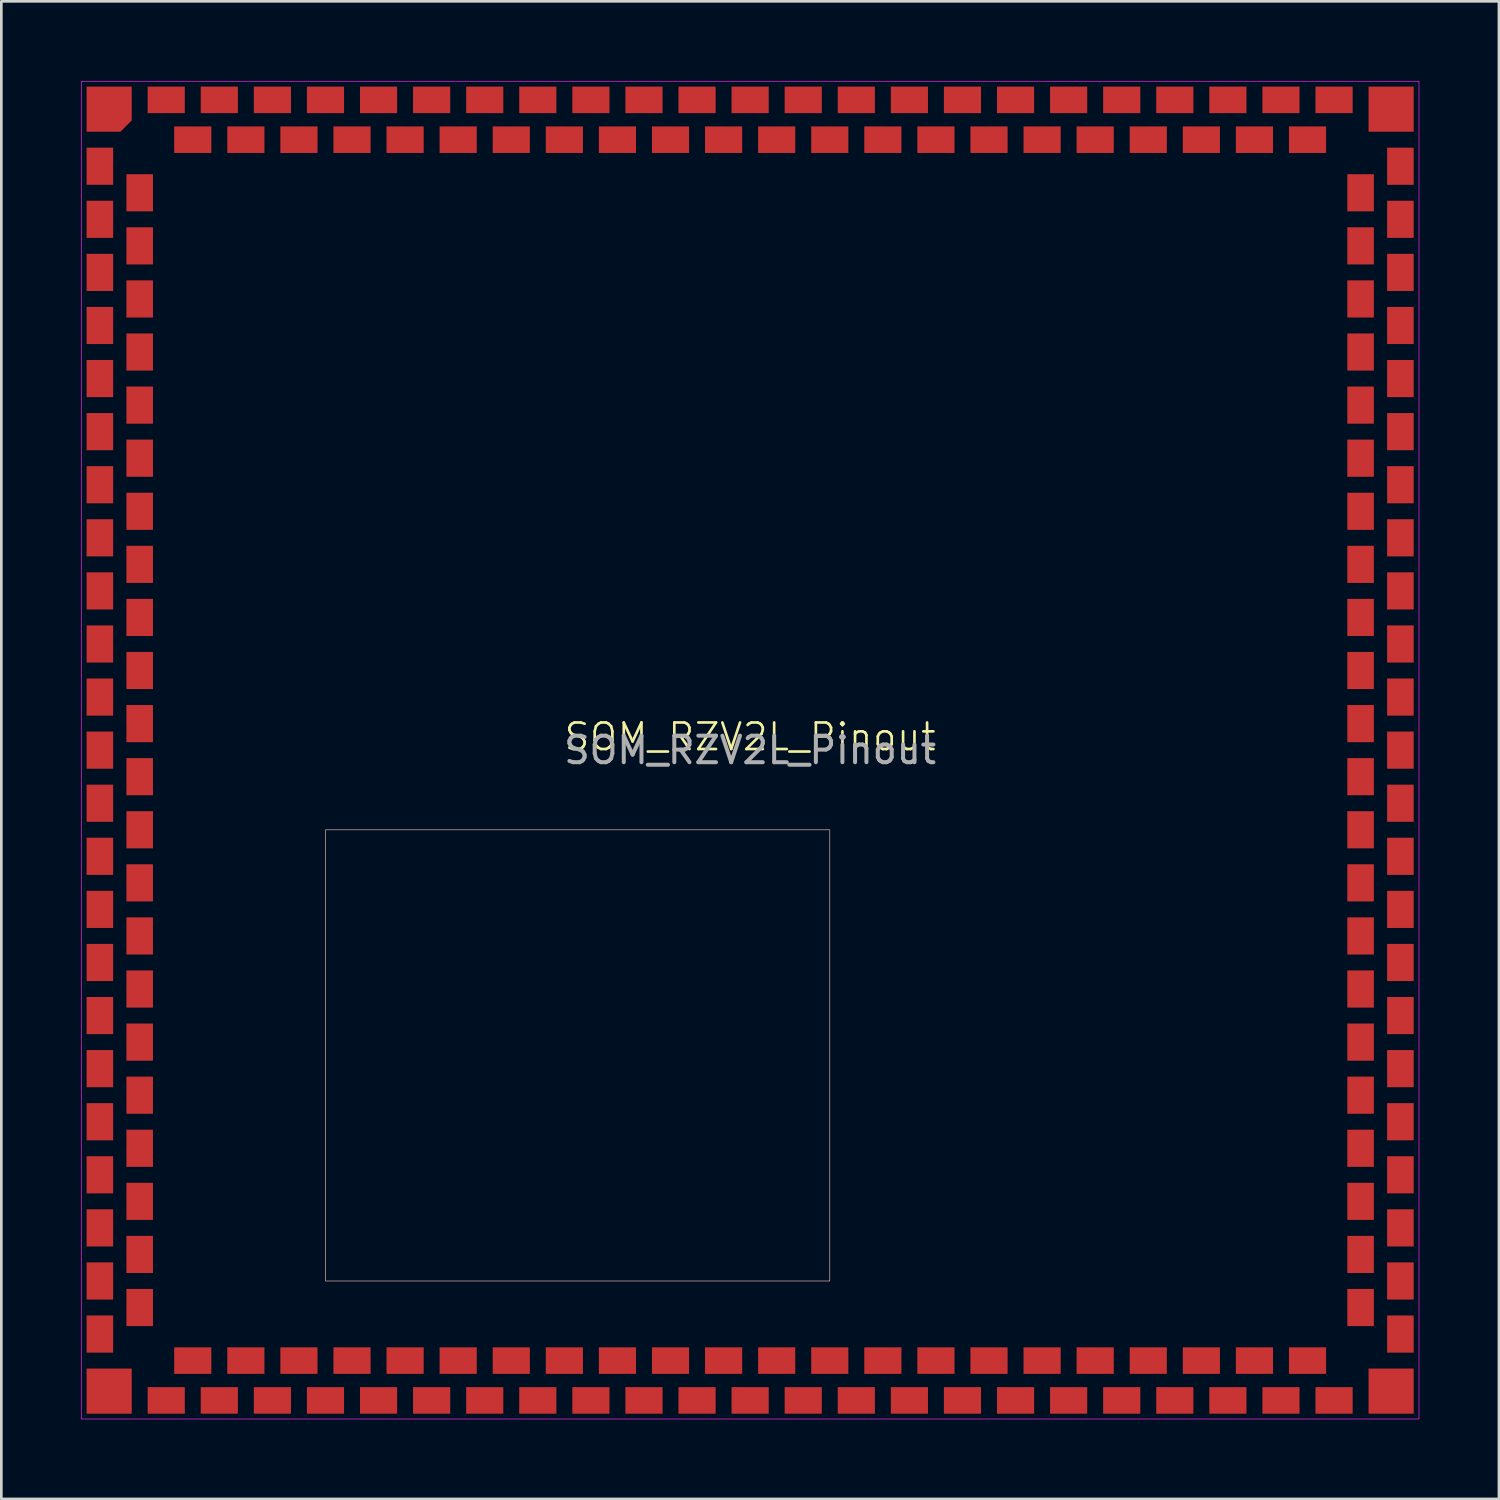
<source format=kicad_pcb>
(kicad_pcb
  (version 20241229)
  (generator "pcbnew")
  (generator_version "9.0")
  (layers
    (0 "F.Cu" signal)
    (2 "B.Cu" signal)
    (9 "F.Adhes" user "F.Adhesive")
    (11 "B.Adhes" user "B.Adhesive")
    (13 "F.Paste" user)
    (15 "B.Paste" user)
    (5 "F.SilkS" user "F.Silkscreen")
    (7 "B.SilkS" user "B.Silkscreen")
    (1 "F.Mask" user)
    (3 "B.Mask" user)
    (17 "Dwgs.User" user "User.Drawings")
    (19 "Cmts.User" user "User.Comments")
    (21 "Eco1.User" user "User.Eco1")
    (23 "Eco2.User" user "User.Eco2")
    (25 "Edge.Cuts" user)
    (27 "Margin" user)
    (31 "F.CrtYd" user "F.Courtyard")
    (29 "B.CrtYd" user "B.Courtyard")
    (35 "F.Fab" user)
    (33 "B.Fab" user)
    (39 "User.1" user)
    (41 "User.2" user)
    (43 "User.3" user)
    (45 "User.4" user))
  (footprint "SOM_RZV2L_Pinout"
    (layer "F.Cu")
    (at 25.213 25.213)
    (property "Reference" "SOM_RZV2L_Pinout" (at 0 -0.5 0) (unlocked yes) (layer "F.SilkS") (effects (font (size 1 1) (thickness 0.1))))
    (attr smd)
    (fp_rect (start -16 3) (end 3 20) (stroke (width 0.025) (type default)) (fill no) (layer "B.SilkS"))
    (fp_rect (start -25.2 -25.2) (end 25.2 25.2) (stroke (width 0.025) (type default)) (fill no) (layer "F.CrtYd"))
    (fp_text user "${REFERENCE}" (at 0 0 0) (unlocked yes) (layer "F.Fab") (effects (font (size 1 1) (thickness 0.15))))
    (pad "1" smd roundrect (at -24.15 -24.15) (size 1.7 1.7) (layers "F.Cu" "F.Mask" "F.Paste") (roundrect_rratio 0) (chamfer_ratio 0.25) (chamfer bottom_right))
    (pad "2" smd rect (at -24.5 -22) (size 1 1.4) (layers "F.Cu" "F.Mask" "F.Paste"))
    (pad "3" smd rect (at -24.5 -20) (size 1 1.4) (layers "F.Cu" "F.Mask" "F.Paste"))
    (pad "4" smd rect (at -24.5 -18) (size 1 1.4) (layers "F.Cu" "F.Mask" "F.Paste"))
    (pad "5" smd rect (at -24.5 -16) (size 1 1.4) (layers "F.Cu" "F.Mask" "F.Paste"))
    (pad "6" smd rect (at -24.5 -14) (size 1 1.4) (layers "F.Cu" "F.Mask" "F.Paste"))
    (pad "7" smd rect (at -24.5 -12) (size 1 1.4) (layers "F.Cu" "F.Mask" "F.Paste"))
    (pad "8" smd rect (at -24.5 -10) (size 1 1.4) (layers "F.Cu" "F.Mask" "F.Paste"))
    (pad "9" smd rect (at -24.5 -8) (size 1 1.4) (layers "F.Cu" "F.Mask" "F.Paste"))
    (pad "10" smd rect (at -24.5 -6) (size 1 1.4) (layers "F.Cu" "F.Mask" "F.Paste"))
    (pad "11" smd rect (at -24.5 -4) (size 1 1.4) (layers "F.Cu" "F.Mask" "F.Paste"))
    (pad "12" smd rect (at -24.5 -2) (size 1 1.4) (layers "F.Cu" "F.Mask" "F.Paste"))
    (pad "13" smd rect (at -24.5 0) (size 1 1.4) (layers "F.Cu" "F.Mask" "F.Paste"))
    (pad "14" smd rect (at -24.5 2) (size 1 1.4) (layers "F.Cu" "F.Mask" "F.Paste"))
    (pad "15" smd rect (at -24.5 4) (size 1 1.4) (layers "F.Cu" "F.Mask" "F.Paste"))
    (pad "16" smd rect (at -24.5 6) (size 1 1.4) (layers "F.Cu" "F.Mask" "F.Paste"))
    (pad "17" smd rect (at -24.5 8) (size 1 1.4) (layers "F.Cu" "F.Mask" "F.Paste"))
    (pad "18" smd rect (at -24.5 10) (size 1 1.4) (layers "F.Cu" "F.Mask" "F.Paste"))
    (pad "19" smd rect (at -24.5 12) (size 1 1.4) (layers "F.Cu" "F.Mask" "F.Paste"))
    (pad "20" smd rect (at -24.5 14) (size 1 1.4) (layers "F.Cu" "F.Mask" "F.Paste"))
    (pad "21" smd rect (at -24.5 16) (size 1 1.4) (layers "F.Cu" "F.Mask" "F.Paste"))
    (pad "22" smd rect (at -24.5 18) (size 1 1.4) (layers "F.Cu" "F.Mask" "F.Paste"))
    (pad "23" smd rect (at -24.5 20) (size 1 1.4) (layers "F.Cu" "F.Mask" "F.Paste"))
    (pad "24" smd rect (at -24.5 22) (size 1 1.4) (layers "F.Cu" "F.Mask" "F.Paste"))
    (pad "25" smd rect (at -24.15 24.15) (size 1.7 1.7) (layers "F.Cu" "F.Mask" "F.Paste"))
    (pad "26" smd rect (at -22 24.5) (size 1.4 1) (layers "F.Cu" "F.Mask" "F.Paste"))
    (pad "27" smd rect (at -20 24.5) (size 1.4 1) (layers "F.Cu" "F.Mask" "F.Paste"))
    (pad "28" smd rect (at -18 24.5) (size 1.4 1) (layers "F.Cu" "F.Mask" "F.Paste"))
    (pad "29" smd rect (at -16 24.5) (size 1.4 1) (layers "F.Cu" "F.Mask" "F.Paste"))
    (pad "30" smd rect (at -14 24.5) (size 1.4 1) (layers "F.Cu" "F.Mask" "F.Paste"))
    (pad "31" smd rect (at -12 24.5) (size 1.4 1) (layers "F.Cu" "F.Mask" "F.Paste"))
    (pad "32" smd rect (at -10 24.5) (size 1.4 1) (layers "F.Cu" "F.Mask" "F.Paste"))
    (pad "33" smd rect (at -8 24.5) (size 1.4 1) (layers "F.Cu" "F.Mask" "F.Paste"))
    (pad "34" smd rect (at -6 24.5) (size 1.4 1) (layers "F.Cu" "F.Mask" "F.Paste"))
    (pad "35" smd rect (at -4 24.5) (size 1.4 1) (layers "F.Cu" "F.Mask" "F.Paste"))
    (pad "36" smd rect (at -2 24.5) (size 1.4 1) (layers "F.Cu" "F.Mask" "F.Paste"))
    (pad "37" smd rect (at 0 24.5) (size 1.4 1) (layers "F.Cu" "F.Mask" "F.Paste"))
    (pad "38" smd rect (at 2 24.5) (size 1.4 1) (layers "F.Cu" "F.Mask" "F.Paste"))
    (pad "39" smd rect (at 4 24.5) (size 1.4 1) (layers "F.Cu" "F.Mask" "F.Paste"))
    (pad "40" smd rect (at 6 24.5) (size 1.4 1) (layers "F.Cu" "F.Mask" "F.Paste"))
    (pad "41" smd rect (at 8 24.5) (size 1.4 1) (layers "F.Cu" "F.Mask" "F.Paste"))
    (pad "42" smd rect (at 10 24.5) (size 1.4 1) (layers "F.Cu" "F.Mask" "F.Paste"))
    (pad "43" smd rect (at 12 24.5) (size 1.4 1) (layers "F.Cu" "F.Mask" "F.Paste"))
    (pad "44" smd rect (at 14 24.5) (size 1.4 1) (layers "F.Cu" "F.Mask" "F.Paste"))
    (pad "45" smd rect (at 16 24.5) (size 1.4 1) (layers "F.Cu" "F.Mask" "F.Paste"))
    (pad "46" smd rect (at 18 24.5) (size 1.4 1) (layers "F.Cu" "F.Mask" "F.Paste"))
    (pad "47" smd rect (at 20 24.5) (size 1.4 1) (layers "F.Cu" "F.Mask" "F.Paste"))
    (pad "48" smd rect (at 22 24.5) (size 1.4 1) (layers "F.Cu" "F.Mask" "F.Paste"))
    (pad "49" smd rect (at 24.15 24.15) (size 1.7 1.7) (layers "F.Cu" "F.Mask" "F.Paste"))
    (pad "50" smd rect (at 24.5 22) (size 1 1.4) (layers "F.Cu" "F.Mask" "F.Paste"))
    (pad "51" smd rect (at 24.5 20) (size 1 1.4) (layers "F.Cu" "F.Mask" "F.Paste"))
    (pad "52" smd rect (at 24.5 18) (size 1 1.4) (layers "F.Cu" "F.Mask" "F.Paste"))
    (pad "53" smd rect (at 24.5 16) (size 1 1.4) (layers "F.Cu" "F.Mask" "F.Paste"))
    (pad "54" smd rect (at 24.5 14) (size 1 1.4) (layers "F.Cu" "F.Mask" "F.Paste"))
    (pad "55" smd rect (at 24.5 12) (size 1 1.4) (layers "F.Cu" "F.Mask" "F.Paste"))
    (pad "56" smd rect (at 24.5 10) (size 1 1.4) (layers "F.Cu" "F.Mask" "F.Paste"))
    (pad "57" smd rect (at 24.5 8) (size 1 1.4) (layers "F.Cu" "F.Mask" "F.Paste"))
    (pad "58" smd rect (at 24.5 6) (size 1 1.4) (layers "F.Cu" "F.Mask" "F.Paste"))
    (pad "59" smd rect (at 24.5 4) (size 1 1.4) (layers "F.Cu" "F.Mask" "F.Paste"))
    (pad "60" smd rect (at 24.5 2) (size 1 1.4) (layers "F.Cu" "F.Mask" "F.Paste"))
    (pad "61" smd rect (at 24.5 0) (size 1 1.4) (layers "F.Cu" "F.Mask" "F.Paste"))
    (pad "62" smd rect (at 24.5 -2) (size 1 1.4) (layers "F.Cu" "F.Mask" "F.Paste"))
    (pad "63" smd rect (at 24.5 -4) (size 1 1.4) (layers "F.Cu" "F.Mask" "F.Paste"))
    (pad "64" smd rect (at 24.5 -6) (size 1 1.4) (layers "F.Cu" "F.Mask" "F.Paste"))
    (pad "65" smd rect (at 24.5 -8) (size 1 1.4) (layers "F.Cu" "F.Mask" "F.Paste"))
    (pad "66" smd rect (at 24.5 -10) (size 1 1.4) (layers "F.Cu" "F.Mask" "F.Paste"))
    (pad "67" smd rect (at 24.5 -12) (size 1 1.4) (layers "F.Cu" "F.Mask" "F.Paste"))
    (pad "68" smd rect (at 24.5 -14) (size 1 1.4) (layers "F.Cu" "F.Mask" "F.Paste"))
    (pad "69" smd rect (at 24.5 -16) (size 1 1.4) (layers "F.Cu" "F.Mask" "F.Paste"))
    (pad "70" smd rect (at 24.5 -18) (size 1 1.4) (layers "F.Cu" "F.Mask" "F.Paste"))
    (pad "71" smd rect (at 24.5 -20) (size 1 1.4) (layers "F.Cu" "F.Mask" "F.Paste"))
    (pad "72" smd rect (at 24.5 -22) (size 1 1.4) (layers "F.Cu" "F.Mask" "F.Paste"))
    (pad "73" smd rect (at 24.15 -24.15) (size 1.7 1.7) (layers "F.Cu" "F.Mask" "F.Paste"))
    (pad "74" smd rect (at 22 -24.5) (size 1.4 1) (layers "F.Cu" "F.Mask" "F.Paste"))
    (pad "75" smd rect (at 20 -24.5) (size 1.4 1) (layers "F.Cu" "F.Mask" "F.Paste"))
    (pad "76" smd rect (at 18 -24.5) (size 1.4 1) (layers "F.Cu" "F.Mask" "F.Paste"))
    (pad "77" smd rect (at 16 -24.5) (size 1.4 1) (layers "F.Cu" "F.Mask" "F.Paste"))
    (pad "78" smd rect (at 14 -24.5) (size 1.4 1) (layers "F.Cu" "F.Mask" "F.Paste"))
    (pad "79" smd rect (at 12 -24.5) (size 1.4 1) (layers "F.Cu" "F.Mask" "F.Paste"))
    (pad "80" smd rect (at 10 -24.5) (size 1.4 1) (layers "F.Cu" "F.Mask" "F.Paste"))
    (pad "81" smd rect (at 8 -24.5) (size 1.4 1) (layers "F.Cu" "F.Mask" "F.Paste"))
    (pad "82" smd rect (at 6 -24.5) (size 1.4 1) (layers "F.Cu" "F.Mask" "F.Paste"))
    (pad "83" smd rect (at 4 -24.5) (size 1.4 1) (layers "F.Cu" "F.Mask" "F.Paste"))
    (pad "84" smd rect (at 2 -24.5) (size 1.4 1) (layers "F.Cu" "F.Mask" "F.Paste"))
    (pad "85" smd rect (at 0 -24.5) (size 1.4 1) (layers "F.Cu" "F.Mask" "F.Paste"))
    (pad "86" smd rect (at -2 -24.5) (size 1.4 1) (layers "F.Cu" "F.Mask" "F.Paste"))
    (pad "87" smd rect (at -4 -24.5) (size 1.4 1) (layers "F.Cu" "F.Mask" "F.Paste"))
    (pad "88" smd rect (at -6 -24.5) (size 1.4 1) (layers "F.Cu" "F.Mask" "F.Paste"))
    (pad "89" smd rect (at -8 -24.5) (size 1.4 1) (layers "F.Cu" "F.Mask" "F.Paste"))
    (pad "90" smd rect (at -10 -24.5) (size 1.4 1) (layers "F.Cu" "F.Mask" "F.Paste"))
    (pad "91" smd rect (at -12 -24.5) (size 1.4 1) (layers "F.Cu" "F.Mask" "F.Paste"))
    (pad "92" smd rect (at -14 -24.5) (size 1.4 1) (layers "F.Cu" "F.Mask" "F.Paste"))
    (pad "93" smd rect (at -16 -24.5) (size 1.4 1) (layers "F.Cu" "F.Mask" "F.Paste"))
    (pad "94" smd rect (at -18 -24.5) (size 1.4 1) (layers "F.Cu" "F.Mask" "F.Paste"))
    (pad "95" smd rect (at -20 -24.5) (size 1.4 1) (layers "F.Cu" "F.Mask" "F.Paste"))
    (pad "96" smd rect (at -22 -24.5) (size 1.4 1) (layers "F.Cu" "F.Mask" "F.Paste"))
    (pad "97" smd rect (at -23 -21) (size 1 1.4) (layers "F.Cu" "F.Mask" "F.Paste"))
    (pad "98" smd rect (at -23 -19) (size 1 1.4) (layers "F.Cu" "F.Mask" "F.Paste"))
    (pad "99" smd rect (at -23 -17) (size 1 1.4) (layers "F.Cu" "F.Mask" "F.Paste"))
    (pad "100" smd rect (at -23 -15) (size 1 1.4) (layers "F.Cu" "F.Mask" "F.Paste"))
    (pad "101" smd rect (at -23 -13) (size 1 1.4) (layers "F.Cu" "F.Mask" "F.Paste"))
    (pad "102" smd rect (at -23 -11) (size 1 1.4) (layers "F.Cu" "F.Mask" "F.Paste"))
    (pad "103" smd rect (at -23 -9) (size 1 1.4) (layers "F.Cu" "F.Mask" "F.Paste"))
    (pad "104" smd rect (at -23 -7) (size 1 1.4) (layers "F.Cu" "F.Mask" "F.Paste"))
    (pad "105" smd rect (at -23 -5) (size 1 1.4) (layers "F.Cu" "F.Mask" "F.Paste"))
    (pad "106" smd rect (at -23 -3) (size 1 1.4) (layers "F.Cu" "F.Mask" "F.Paste"))
    (pad "107" smd rect (at -23 -1) (size 1 1.4) (layers "F.Cu" "F.Mask" "F.Paste"))
    (pad "108" smd rect (at -23 1) (size 1 1.4) (layers "F.Cu" "F.Mask" "F.Paste"))
    (pad "109" smd rect (at -23 3) (size 1 1.4) (layers "F.Cu" "F.Mask" "F.Paste"))
    (pad "110" smd rect (at -23 5) (size 1 1.4) (layers "F.Cu" "F.Mask" "F.Paste"))
    (pad "111" smd rect (at -23 7) (size 1 1.4) (layers "F.Cu" "F.Mask" "F.Paste"))
    (pad "112" smd rect (at -23 9) (size 1 1.4) (layers "F.Cu" "F.Mask" "F.Paste"))
    (pad "113" smd rect (at -23 11) (size 1 1.4) (layers "F.Cu" "F.Mask" "F.Paste"))
    (pad "114" smd rect (at -23 13) (size 1 1.4) (layers "F.Cu" "F.Mask" "F.Paste"))
    (pad "115" smd rect (at -23 15) (size 1 1.4) (layers "F.Cu" "F.Mask" "F.Paste"))
    (pad "116" smd rect (at -23 17) (size 1 1.4) (layers "F.Cu" "F.Mask" "F.Paste"))
    (pad "117" smd rect (at -23 19) (size 1 1.4) (layers "F.Cu" "F.Mask" "F.Paste"))
    (pad "118" smd rect (at -23 21) (size 1 1.4) (layers "F.Cu" "F.Mask" "F.Paste"))
    (pad "119" smd rect (at -21 23) (size 1.4 1) (layers "F.Cu" "F.Mask" "F.Paste"))
    (pad "120" smd rect (at -19 23) (size 1.4 1) (layers "F.Cu" "F.Mask" "F.Paste"))
    (pad "121" smd rect (at -17 23) (size 1.4 1) (layers "F.Cu" "F.Mask" "F.Paste"))
    (pad "122" smd rect (at -15 23) (size 1.4 1) (layers "F.Cu" "F.Mask" "F.Paste"))
    (pad "123" smd rect (at -13 23) (size 1.4 1) (layers "F.Cu" "F.Mask" "F.Paste"))
    (pad "124" smd rect (at -11 23) (size 1.4 1) (layers "F.Cu" "F.Mask" "F.Paste"))
    (pad "125" smd rect (at -9 23) (size 1.4 1) (layers "F.Cu" "F.Mask" "F.Paste"))
    (pad "126" smd rect (at -7 23) (size 1.4 1) (layers "F.Cu" "F.Mask" "F.Paste"))
    (pad "127" smd rect (at -5 23) (size 1.4 1) (layers "F.Cu" "F.Mask" "F.Paste"))
    (pad "128" smd rect (at -3 23) (size 1.4 1) (layers "F.Cu" "F.Mask" "F.Paste"))
    (pad "129" smd rect (at -1 23) (size 1.4 1) (layers "F.Cu" "F.Mask" "F.Paste"))
    (pad "130" smd rect (at 1 23) (size 1.4 1) (layers "F.Cu" "F.Mask" "F.Paste"))
    (pad "131" smd rect (at 3 23) (size 1.4 1) (layers "F.Cu" "F.Mask" "F.Paste"))
    (pad "132" smd rect (at 5 23) (size 1.4 1) (layers "F.Cu" "F.Mask" "F.Paste"))
    (pad "133" smd rect (at 7 23) (size 1.4 1) (layers "F.Cu" "F.Mask" "F.Paste"))
    (pad "134" smd rect (at 9 23) (size 1.4 1) (layers "F.Cu" "F.Mask" "F.Paste"))
    (pad "135" smd rect (at 11 23) (size 1.4 1) (layers "F.Cu" "F.Mask" "F.Paste"))
    (pad "136" smd rect (at 13 23) (size 1.4 1) (layers "F.Cu" "F.Mask" "F.Paste"))
    (pad "137" smd rect (at 15 23) (size 1.4 1) (layers "F.Cu" "F.Mask" "F.Paste"))
    (pad "138" smd rect (at 17 23) (size 1.4 1) (layers "F.Cu" "F.Mask" "F.Paste"))
    (pad "139" smd rect (at 19 23) (size 1.4 1) (layers "F.Cu" "F.Mask" "F.Paste"))
    (pad "140" smd rect (at 21 23) (size 1.4 1) (layers "F.Cu" "F.Mask" "F.Paste"))
    (pad "141" smd rect (at 23 21) (size 1 1.4) (layers "F.Cu" "F.Mask" "F.Paste"))
    (pad "142" smd rect (at 23 19) (size 1 1.4) (layers "F.Cu" "F.Mask" "F.Paste"))
    (pad "143" smd rect (at 23 17) (size 1 1.4) (layers "F.Cu" "F.Mask" "F.Paste"))
    (pad "144" smd rect (at 23 15) (size 1 1.4) (layers "F.Cu" "F.Mask" "F.Paste"))
    (pad "145" smd rect (at 23 13) (size 1 1.4) (layers "F.Cu" "F.Mask" "F.Paste"))
    (pad "146" smd rect (at 23 11) (size 1 1.4) (layers "F.Cu" "F.Mask" "F.Paste"))
    (pad "147" smd rect (at 23 9) (size 1 1.4) (layers "F.Cu" "F.Mask" "F.Paste"))
    (pad "148" smd rect (at 23 7) (size 1 1.4) (layers "F.Cu" "F.Mask" "F.Paste"))
    (pad "149" smd rect (at 23 5) (size 1 1.4) (layers "F.Cu" "F.Mask" "F.Paste"))
    (pad "150" smd rect (at 23 3) (size 1 1.4) (layers "F.Cu" "F.Mask" "F.Paste"))
    (pad "151" smd rect (at 23 1) (size 1 1.4) (layers "F.Cu" "F.Mask" "F.Paste"))
    (pad "152" smd rect (at 23 -1) (size 1 1.4) (layers "F.Cu" "F.Mask" "F.Paste"))
    (pad "153" smd rect (at 23 -3) (size 1 1.4) (layers "F.Cu" "F.Mask" "F.Paste"))
    (pad "154" smd rect (at 23 -5) (size 1 1.4) (layers "F.Cu" "F.Mask" "F.Paste"))
    (pad "155" smd rect (at 23 -7) (size 1 1.4) (layers "F.Cu" "F.Mask" "F.Paste"))
    (pad "156" smd rect (at 23 -9) (size 1 1.4) (layers "F.Cu" "F.Mask" "F.Paste"))
    (pad "157" smd rect (at 23 -11) (size 1 1.4) (layers "F.Cu" "F.Mask" "F.Paste"))
    (pad "158" smd rect (at 23 -13) (size 1 1.4) (layers "F.Cu" "F.Mask" "F.Paste"))
    (pad "159" smd rect (at 23 -15) (size 1 1.4) (layers "F.Cu" "F.Mask" "F.Paste"))
    (pad "160" smd rect (at 23 -17) (size 1 1.4) (layers "F.Cu" "F.Mask" "F.Paste"))
    (pad "161" smd rect (at 23 -19) (size 1 1.4) (layers "F.Cu" "F.Mask" "F.Paste"))
    (pad "162" smd rect (at 23 -21) (size 1 1.4) (layers "F.Cu" "F.Mask" "F.Paste"))
    (pad "163" smd rect (at 21 -23) (size 1.4 1) (layers "F.Cu" "F.Mask" "F.Paste"))
    (pad "164" smd rect (at 19 -23) (size 1.4 1) (layers "F.Cu" "F.Mask" "F.Paste"))
    (pad "165" smd rect (at 17 -23) (size 1.4 1) (layers "F.Cu" "F.Mask" "F.Paste"))
    (pad "166" smd rect (at 15 -23) (size 1.4 1) (layers "F.Cu" "F.Mask" "F.Paste"))
    (pad "167" smd rect (at 13 -23) (size 1.4 1) (layers "F.Cu" "F.Mask" "F.Paste"))
    (pad "168" smd rect (at 11 -23) (size 1.4 1) (layers "F.Cu" "F.Mask" "F.Paste"))
    (pad "169" smd rect (at 9 -23) (size 1.4 1) (layers "F.Cu" "F.Mask" "F.Paste"))
    (pad "170" smd rect (at 7 -23) (size 1.4 1) (layers "F.Cu" "F.Mask" "F.Paste"))
    (pad "171" smd rect (at 5 -23) (size 1.4 1) (layers "F.Cu" "F.Mask" "F.Paste"))
    (pad "172" smd rect (at 3 -23) (size 1.4 1) (layers "F.Cu" "F.Mask" "F.Paste"))
    (pad "173" smd rect (at 1 -23) (size 1.4 1) (layers "F.Cu" "F.Mask" "F.Paste"))
    (pad "174" smd rect (at -1 -23) (size 1.4 1) (layers "F.Cu" "F.Mask" "F.Paste"))
    (pad "175" smd rect (at -3 -23) (size 1.4 1) (layers "F.Cu" "F.Mask" "F.Paste"))
    (pad "176" smd rect (at -5 -23) (size 1.4 1) (layers "F.Cu" "F.Mask" "F.Paste"))
    (pad "177" smd rect (at -7 -23) (size 1.4 1) (layers "F.Cu" "F.Mask" "F.Paste"))
    (pad "178" smd rect (at -9 -23) (size 1.4 1) (layers "F.Cu" "F.Mask" "F.Paste"))
    (pad "179" smd rect (at -11 -23) (size 1.4 1) (layers "F.Cu" "F.Mask" "F.Paste"))
    (pad "180" smd rect (at -13 -23) (size 1.4 1) (layers "F.Cu" "F.Mask" "F.Paste"))
    (pad "181" smd rect (at -15 -23) (size 1.4 1) (layers "F.Cu" "F.Mask" "F.Paste"))
    (pad "182" smd rect (at -17 -23) (size 1.4 1) (layers "F.Cu" "F.Mask" "F.Paste"))
    (pad "183" smd rect (at -19 -23) (size 1.4 1) (layers "F.Cu" "F.Mask" "F.Paste"))
    (pad "184" smd rect (at -21 -23) (size 1.4 1) (layers "F.Cu" "F.Mask" "F.Paste")))
  (gr_rect
    (start -3 -3)
    (end 53.425 53.425)
    (stroke (width 0.1) (type default))
    (fill no)
    (layer "Edge.Cuts")))
</source>
